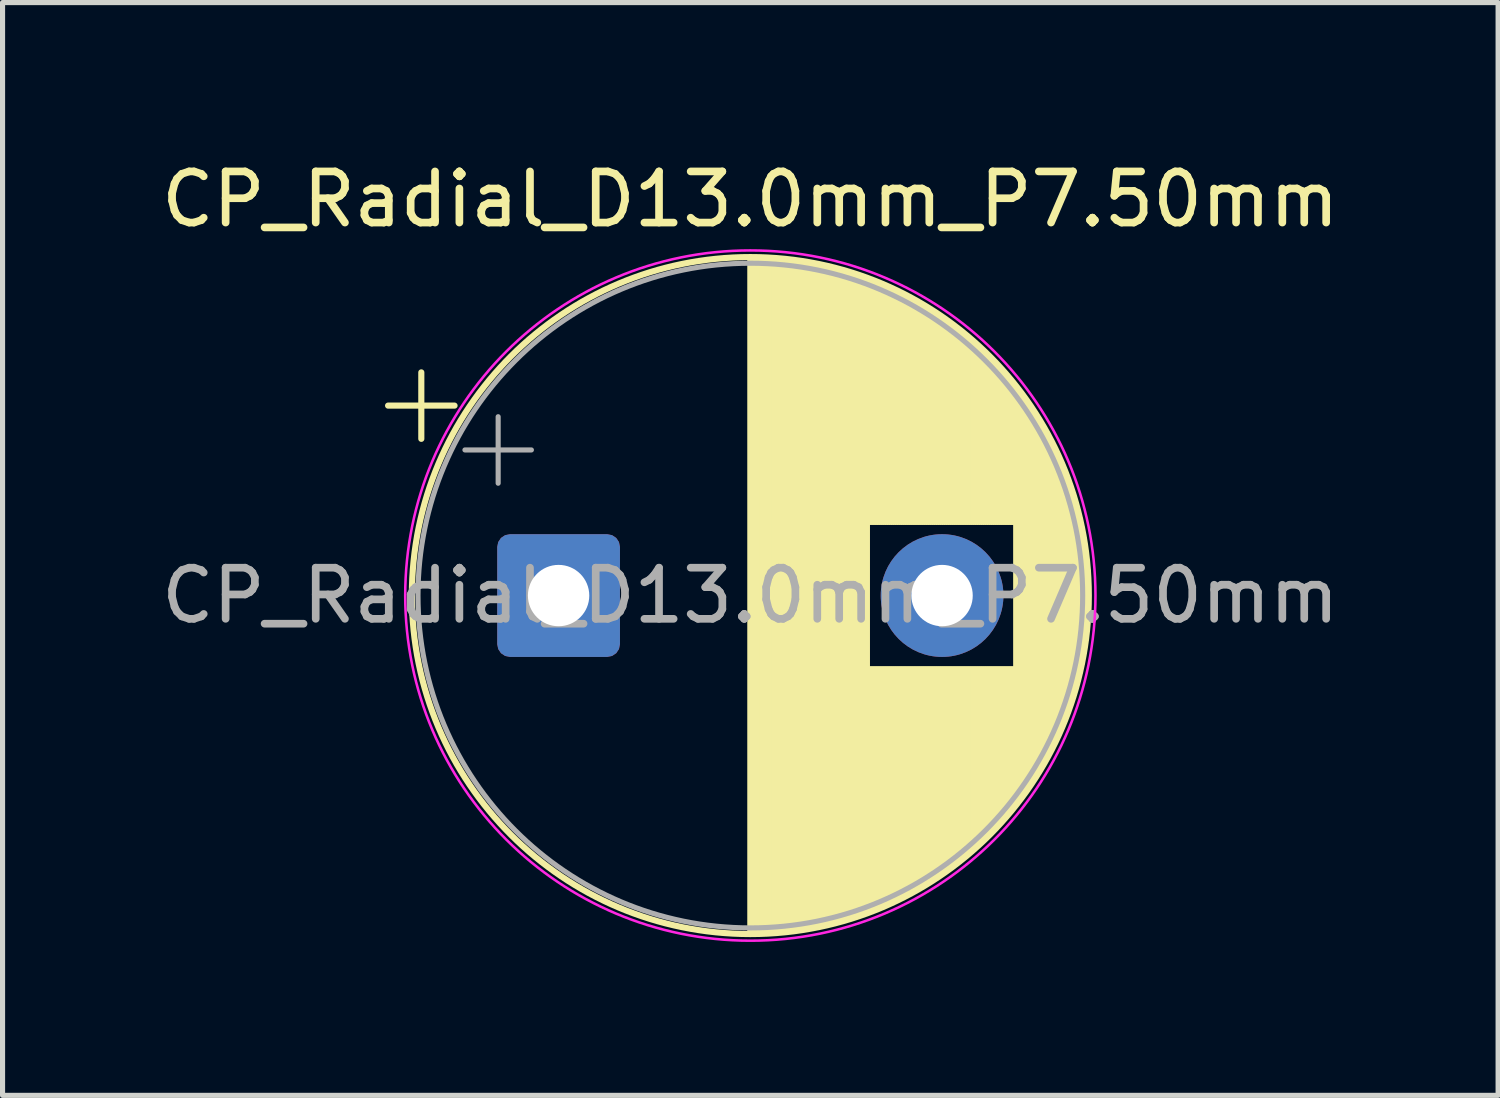
<source format=kicad_pcb>
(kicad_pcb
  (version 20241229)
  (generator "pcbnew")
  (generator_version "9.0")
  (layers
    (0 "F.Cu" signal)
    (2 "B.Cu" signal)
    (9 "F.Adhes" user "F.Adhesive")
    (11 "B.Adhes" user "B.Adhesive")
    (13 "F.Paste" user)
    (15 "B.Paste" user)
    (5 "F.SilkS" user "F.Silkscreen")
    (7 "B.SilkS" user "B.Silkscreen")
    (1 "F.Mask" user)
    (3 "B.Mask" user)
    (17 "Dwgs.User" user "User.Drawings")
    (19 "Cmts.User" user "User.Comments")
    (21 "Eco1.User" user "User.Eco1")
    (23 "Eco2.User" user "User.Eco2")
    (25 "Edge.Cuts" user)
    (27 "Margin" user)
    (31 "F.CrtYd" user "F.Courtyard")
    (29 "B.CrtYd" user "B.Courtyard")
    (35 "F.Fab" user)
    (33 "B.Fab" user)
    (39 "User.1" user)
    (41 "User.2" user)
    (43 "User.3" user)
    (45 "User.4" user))
  (footprint "CP_Radial_D13.0mm_P7.50mm"
    (layer "F.Cu")
    (at 7.875 8.598)
    (property "Reference" "CP_Radial_D13.0mm_P7.50mm" (at 3.75 -7.75 0) (layer "F.SilkS") (effects (font (size 1 1) (thickness 0.15))))
    (attr through_hole)
    (fp_line (start -3.335 -3.715) (end -2.035 -3.715) (stroke (width 0.12) (type solid)) (layer "F.SilkS"))
    (fp_line (start -2.685 -4.365) (end -2.685 -3.065) (stroke (width 0.12) (type solid)) (layer "F.SilkS"))
    (fp_line (start 3.75 -6.58) (end 3.75 6.58) (stroke (width 0.12) (type solid)) (layer "F.SilkS"))
    (fp_line (start 3.79 -6.58) (end 3.79 6.58) (stroke (width 0.12) (type solid)) (layer "F.SilkS"))
    (fp_line (start 3.83 -6.58) (end 3.83 6.58) (stroke (width 0.12) (type solid)) (layer "F.SilkS"))
    (fp_line (start 3.87 -6.579) (end 3.87 6.579) (stroke (width 0.12) (type solid)) (layer "F.SilkS"))
    (fp_line (start 3.91 -6.578) (end 3.91 6.578) (stroke (width 0.12) (type solid)) (layer "F.SilkS"))
    (fp_line (start 3.95 -6.577) (end 3.95 6.577) (stroke (width 0.12) (type solid)) (layer "F.SilkS"))
    (fp_line (start 3.99 -6.576) (end 3.99 6.576) (stroke (width 0.12) (type solid)) (layer "F.SilkS"))
    (fp_line (start 4.03 -6.574) (end 4.03 6.574) (stroke (width 0.12) (type solid)) (layer "F.SilkS"))
    (fp_line (start 4.07 -6.572) (end 4.07 6.572) (stroke (width 0.12) (type solid)) (layer "F.SilkS"))
    (fp_line (start 4.11 -6.57) (end 4.11 6.57) (stroke (width 0.12) (type solid)) (layer "F.SilkS"))
    (fp_line (start 4.15 -6.568) (end 4.15 6.568) (stroke (width 0.12) (type solid)) (layer "F.SilkS"))
    (fp_line (start 4.19 -6.565) (end 4.19 6.565) (stroke (width 0.12) (type solid)) (layer "F.SilkS"))
    (fp_line (start 4.23 -6.563) (end 4.23 6.563) (stroke (width 0.12) (type solid)) (layer "F.SilkS"))
    (fp_line (start 4.27 -6.56) (end 4.27 6.56) (stroke (width 0.12) (type solid)) (layer "F.SilkS"))
    (fp_line (start 4.31 -6.556) (end 4.31 6.556) (stroke (width 0.12) (type solid)) (layer "F.SilkS"))
    (fp_line (start 4.35 -6.553) (end 4.35 6.553) (stroke (width 0.12) (type solid)) (layer "F.SilkS"))
    (fp_line (start 4.39 -6.549) (end 4.39 6.549) (stroke (width 0.12) (type solid)) (layer "F.SilkS"))
    (fp_line (start 4.43 -6.545) (end 4.43 6.545) (stroke (width 0.12) (type solid)) (layer "F.SilkS"))
    (fp_line (start 4.47 -6.541) (end 4.47 6.541) (stroke (width 0.12) (type solid)) (layer "F.SilkS"))
    (fp_line (start 4.51 -6.536) (end 4.51 6.536) (stroke (width 0.12) (type solid)) (layer "F.SilkS"))
    (fp_line (start 4.55 -6.531) (end 4.55 6.531) (stroke (width 0.12) (type solid)) (layer "F.SilkS"))
    (fp_line (start 4.59 -6.526) (end 4.59 6.526) (stroke (width 0.12) (type solid)) (layer "F.SilkS"))
    (fp_line (start 4.63 -6.521) (end 4.63 6.521) (stroke (width 0.12) (type solid)) (layer "F.SilkS"))
    (fp_line (start 4.67 -6.516) (end 4.67 6.516) (stroke (width 0.12) (type solid)) (layer "F.SilkS"))
    (fp_line (start 4.71 -6.51) (end 4.71 6.51) (stroke (width 0.12) (type solid)) (layer "F.SilkS"))
    (fp_line (start 4.75 -6.504) (end 4.75 6.504) (stroke (width 0.12) (type solid)) (layer "F.SilkS"))
    (fp_line (start 4.79 -6.498) (end 4.79 6.498) (stroke (width 0.12) (type solid)) (layer "F.SilkS"))
    (fp_line (start 4.83 -6.491) (end 4.83 6.491) (stroke (width 0.12) (type solid)) (layer "F.SilkS"))
    (fp_line (start 4.87 -6.485) (end 4.87 6.485) (stroke (width 0.12) (type solid)) (layer "F.SilkS"))
    (fp_line (start 4.91 -6.478) (end 4.91 6.478) (stroke (width 0.12) (type solid)) (layer "F.SilkS"))
    (fp_line (start 4.95 -6.47) (end 4.95 6.47) (stroke (width 0.12) (type solid)) (layer "F.SilkS"))
    (fp_line (start 4.99 -6.463) (end 4.99 6.463) (stroke (width 0.12) (type solid)) (layer "F.SilkS"))
    (fp_line (start 5.03 -6.455) (end 5.03 6.455) (stroke (width 0.12) (type solid)) (layer "F.SilkS"))
    (fp_line (start 5.07 -6.447) (end 5.07 6.447) (stroke (width 0.12) (type solid)) (layer "F.SilkS"))
    (fp_line (start 5.11 -6.439) (end 5.11 6.439) (stroke (width 0.12) (type solid)) (layer "F.SilkS"))
    (fp_line (start 5.15 -6.43) (end 5.15 6.43) (stroke (width 0.12) (type solid)) (layer "F.SilkS"))
    (fp_line (start 5.19 -6.421) (end 5.19 6.421) (stroke (width 0.12) (type solid)) (layer "F.SilkS"))
    (fp_line (start 5.23 -6.412) (end 5.23 6.412) (stroke (width 0.12) (type solid)) (layer "F.SilkS"))
    (fp_line (start 5.27 -6.403) (end 5.27 6.403) (stroke (width 0.12) (type solid)) (layer "F.SilkS"))
    (fp_line (start 5.31 -6.394) (end 5.31 6.394) (stroke (width 0.12) (type solid)) (layer "F.SilkS"))
    (fp_line (start 5.35 -6.384) (end 5.35 6.384) (stroke (width 0.12) (type solid)) (layer "F.SilkS"))
    (fp_line (start 5.39 -6.374) (end 5.39 6.374) (stroke (width 0.12) (type solid)) (layer "F.SilkS"))
    (fp_line (start 5.43 -6.363) (end 5.43 6.363) (stroke (width 0.12) (type solid)) (layer "F.SilkS"))
    (fp_line (start 5.47 -6.353) (end 5.47 6.353) (stroke (width 0.12) (type solid)) (layer "F.SilkS"))
    (fp_line (start 5.51 -6.342) (end 5.51 6.342) (stroke (width 0.12) (type solid)) (layer "F.SilkS"))
    (fp_line (start 5.55 -6.331) (end 5.55 6.331) (stroke (width 0.12) (type solid)) (layer "F.SilkS"))
    (fp_line (start 5.59 -6.319) (end 5.59 6.319) (stroke (width 0.12) (type solid)) (layer "F.SilkS"))
    (fp_line (start 5.63 -6.307) (end 5.63 6.307) (stroke (width 0.12) (type solid)) (layer "F.SilkS"))
    (fp_line (start 5.67 -6.295) (end 5.67 6.295) (stroke (width 0.12) (type solid)) (layer "F.SilkS"))
    (fp_line (start 5.71 -6.283) (end 5.71 6.283) (stroke (width 0.12) (type solid)) (layer "F.SilkS"))
    (fp_line (start 5.75 -6.271) (end 5.75 6.271) (stroke (width 0.12) (type solid)) (layer "F.SilkS"))
    (fp_line (start 5.79 -6.258) (end 5.79 6.258) (stroke (width 0.12) (type solid)) (layer "F.SilkS"))
    (fp_line (start 5.83 -6.245) (end 5.83 6.245) (stroke (width 0.12) (type solid)) (layer "F.SilkS"))
    (fp_line (start 5.87 -6.231) (end 5.87 6.231) (stroke (width 0.12) (type solid)) (layer "F.SilkS"))
    (fp_line (start 5.91 -6.218) (end 5.91 6.218) (stroke (width 0.12) (type solid)) (layer "F.SilkS"))
    (fp_line (start 5.95 -6.204) (end 5.95 6.204) (stroke (width 0.12) (type solid)) (layer "F.SilkS"))
    (fp_line (start 5.99 -6.19) (end 5.99 6.19) (stroke (width 0.12) (type solid)) (layer "F.SilkS"))
    (fp_line (start 6.03 -6.175) (end 6.03 6.175) (stroke (width 0.12) (type solid)) (layer "F.SilkS"))
    (fp_line (start 6.07 -6.16) (end 6.07 -1.44) (stroke (width 0.12) (type solid)) (layer "F.SilkS"))
    (fp_line (start 6.07 1.44) (end 6.07 6.16) (stroke (width 0.12) (type solid)) (layer "F.SilkS"))
    (fp_line (start 6.11 -6.145) (end 6.11 -1.44) (stroke (width 0.12) (type solid)) (layer "F.SilkS"))
    (fp_line (start 6.11 1.44) (end 6.11 6.145) (stroke (width 0.12) (type solid)) (layer "F.SilkS"))
    (fp_line (start 6.15 -6.13) (end 6.15 -1.44) (stroke (width 0.12) (type solid)) (layer "F.SilkS"))
    (fp_line (start 6.15 1.44) (end 6.15 6.13) (stroke (width 0.12) (type solid)) (layer "F.SilkS"))
    (fp_line (start 6.19 -6.114) (end 6.19 -1.44) (stroke (width 0.12) (type solid)) (layer "F.SilkS"))
    (fp_line (start 6.19 1.44) (end 6.19 6.114) (stroke (width 0.12) (type solid)) (layer "F.SilkS"))
    (fp_line (start 6.23 -6.098) (end 6.23 -1.44) (stroke (width 0.12) (type solid)) (layer "F.SilkS"))
    (fp_line (start 6.23 1.44) (end 6.23 6.098) (stroke (width 0.12) (type solid)) (layer "F.SilkS"))
    (fp_line (start 6.27 -6.082) (end 6.27 -1.44) (stroke (width 0.12) (type solid)) (layer "F.SilkS"))
    (fp_line (start 6.27 1.44) (end 6.27 6.082) (stroke (width 0.12) (type solid)) (layer "F.SilkS"))
    (fp_line (start 6.31 -6.065) (end 6.31 -1.44) (stroke (width 0.12) (type solid)) (layer "F.SilkS"))
    (fp_line (start 6.31 1.44) (end 6.31 6.065) (stroke (width 0.12) (type solid)) (layer "F.SilkS"))
    (fp_line (start 6.35 -6.048) (end 6.35 -1.44) (stroke (width 0.12) (type solid)) (layer "F.SilkS"))
    (fp_line (start 6.35 1.44) (end 6.35 6.048) (stroke (width 0.12) (type solid)) (layer "F.SilkS"))
    (fp_line (start 6.39 -6.031) (end 6.39 -1.44) (stroke (width 0.12) (type solid)) (layer "F.SilkS"))
    (fp_line (start 6.39 1.44) (end 6.39 6.031) (stroke (width 0.12) (type solid)) (layer "F.SilkS"))
    (fp_line (start 6.43 -6.013) (end 6.43 -1.44) (stroke (width 0.12) (type solid)) (layer "F.SilkS"))
    (fp_line (start 6.43 1.44) (end 6.43 6.013) (stroke (width 0.12) (type solid)) (layer "F.SilkS"))
    (fp_line (start 6.47 -5.995) (end 6.47 -1.44) (stroke (width 0.12) (type solid)) (layer "F.SilkS"))
    (fp_line (start 6.47 1.44) (end 6.47 5.995) (stroke (width 0.12) (type solid)) (layer "F.SilkS"))
    (fp_line (start 6.51 -5.977) (end 6.51 -1.44) (stroke (width 0.12) (type solid)) (layer "F.SilkS"))
    (fp_line (start 6.51 1.44) (end 6.51 5.977) (stroke (width 0.12) (type solid)) (layer "F.SilkS"))
    (fp_line (start 6.55 -5.959) (end 6.55 -1.44) (stroke (width 0.12) (type solid)) (layer "F.SilkS"))
    (fp_line (start 6.55 1.44) (end 6.55 5.959) (stroke (width 0.12) (type solid)) (layer "F.SilkS"))
    (fp_line (start 6.59 -5.94) (end 6.59 -1.44) (stroke (width 0.12) (type solid)) (layer "F.SilkS"))
    (fp_line (start 6.59 1.44) (end 6.59 5.94) (stroke (width 0.12) (type solid)) (layer "F.SilkS"))
    (fp_line (start 6.63 -5.921) (end 6.63 -1.44) (stroke (width 0.12) (type solid)) (layer "F.SilkS"))
    (fp_line (start 6.63 1.44) (end 6.63 5.921) (stroke (width 0.12) (type solid)) (layer "F.SilkS"))
    (fp_line (start 6.67 -5.901) (end 6.67 -1.44) (stroke (width 0.12) (type solid)) (layer "F.SilkS"))
    (fp_line (start 6.67 1.44) (end 6.67 5.901) (stroke (width 0.12) (type solid)) (layer "F.SilkS"))
    (fp_line (start 6.71 -5.881) (end 6.71 -1.44) (stroke (width 0.12) (type solid)) (layer "F.SilkS"))
    (fp_line (start 6.71 1.44) (end 6.71 5.881) (stroke (width 0.12) (type solid)) (layer "F.SilkS"))
    (fp_line (start 6.75 -5.861) (end 6.75 -1.44) (stroke (width 0.12) (type solid)) (layer "F.SilkS"))
    (fp_line (start 6.75 1.44) (end 6.75 5.861) (stroke (width 0.12) (type solid)) (layer "F.SilkS"))
    (fp_line (start 6.79 -5.841) (end 6.79 -1.44) (stroke (width 0.12) (type solid)) (layer "F.SilkS"))
    (fp_line (start 6.79 1.44) (end 6.79 5.841) (stroke (width 0.12) (type solid)) (layer "F.SilkS"))
    (fp_line (start 6.83 -5.82) (end 6.83 -1.44) (stroke (width 0.12) (type solid)) (layer "F.SilkS"))
    (fp_line (start 6.83 1.44) (end 6.83 5.82) (stroke (width 0.12) (type solid)) (layer "F.SilkS"))
    (fp_line (start 6.87 -5.799) (end 6.87 -1.44) (stroke (width 0.12) (type solid)) (layer "F.SilkS"))
    (fp_line (start 6.87 1.44) (end 6.87 5.799) (stroke (width 0.12) (type solid)) (layer "F.SilkS"))
    (fp_line (start 6.91 -5.777) (end 6.91 -1.44) (stroke (width 0.12) (type solid)) (layer "F.SilkS"))
    (fp_line (start 6.91 1.44) (end 6.91 5.777) (stroke (width 0.12) (type solid)) (layer "F.SilkS"))
    (fp_line (start 6.95 -5.755) (end 6.95 -1.44) (stroke (width 0.12) (type solid)) (layer "F.SilkS"))
    (fp_line (start 6.95 1.44) (end 6.95 5.755) (stroke (width 0.12) (type solid)) (layer "F.SilkS"))
    (fp_line (start 6.99 -5.733) (end 6.99 -1.44) (stroke (width 0.12) (type solid)) (layer "F.SilkS"))
    (fp_line (start 6.99 1.44) (end 6.99 5.733) (stroke (width 0.12) (type solid)) (layer "F.SilkS"))
    (fp_line (start 7.03 -5.71) (end 7.03 -1.44) (stroke (width 0.12) (type solid)) (layer "F.SilkS"))
    (fp_line (start 7.03 1.44) (end 7.03 5.71) (stroke (width 0.12) (type solid)) (layer "F.SilkS"))
    (fp_line (start 7.07 -5.687) (end 7.07 -1.44) (stroke (width 0.12) (type solid)) (layer "F.SilkS"))
    (fp_line (start 7.07 1.44) (end 7.07 5.687) (stroke (width 0.12) (type solid)) (layer "F.SilkS"))
    (fp_line (start 7.11 -5.664) (end 7.11 -1.44) (stroke (width 0.12) (type solid)) (layer "F.SilkS"))
    (fp_line (start 7.11 1.44) (end 7.11 5.664) (stroke (width 0.12) (type solid)) (layer "F.SilkS"))
    (fp_line (start 7.15 -5.64) (end 7.15 -1.44) (stroke (width 0.12) (type solid)) (layer "F.SilkS"))
    (fp_line (start 7.15 1.44) (end 7.15 5.64) (stroke (width 0.12) (type solid)) (layer "F.SilkS"))
    (fp_line (start 7.19 -5.616) (end 7.19 -1.44) (stroke (width 0.12) (type solid)) (layer "F.SilkS"))
    (fp_line (start 7.19 1.44) (end 7.19 5.616) (stroke (width 0.12) (type solid)) (layer "F.SilkS"))
    (fp_line (start 7.23 -5.592) (end 7.23 -1.44) (stroke (width 0.12) (type solid)) (layer "F.SilkS"))
    (fp_line (start 7.23 1.44) (end 7.23 5.592) (stroke (width 0.12) (type solid)) (layer "F.SilkS"))
    (fp_line (start 7.27 -5.567) (end 7.27 -1.44) (stroke (width 0.12) (type solid)) (layer "F.SilkS"))
    (fp_line (start 7.27 1.44) (end 7.27 5.567) (stroke (width 0.12) (type solid)) (layer "F.SilkS"))
    (fp_line (start 7.31 -5.541) (end 7.31 -1.44) (stroke (width 0.12) (type solid)) (layer "F.SilkS"))
    (fp_line (start 7.31 1.44) (end 7.31 5.541) (stroke (width 0.12) (type solid)) (layer "F.SilkS"))
    (fp_line (start 7.35 -5.516) (end 7.35 -1.44) (stroke (width 0.12) (type solid)) (layer "F.SilkS"))
    (fp_line (start 7.35 1.44) (end 7.35 5.516) (stroke (width 0.12) (type solid)) (layer "F.SilkS"))
    (fp_line (start 7.39 -5.489) (end 7.39 -1.44) (stroke (width 0.12) (type solid)) (layer "F.SilkS"))
    (fp_line (start 7.39 1.44) (end 7.39 5.489) (stroke (width 0.12) (type solid)) (layer "F.SilkS"))
    (fp_line (start 7.43 -5.463) (end 7.43 -1.44) (stroke (width 0.12) (type solid)) (layer "F.SilkS"))
    (fp_line (start 7.43 1.44) (end 7.43 5.463) (stroke (width 0.12) (type solid)) (layer "F.SilkS"))
    (fp_line (start 7.47 -5.436) (end 7.47 -1.44) (stroke (width 0.12) (type solid)) (layer "F.SilkS"))
    (fp_line (start 7.47 1.44) (end 7.47 5.436) (stroke (width 0.12) (type solid)) (layer "F.SilkS"))
    (fp_line (start 7.51 -5.409) (end 7.51 -1.44) (stroke (width 0.12) (type solid)) (layer "F.SilkS"))
    (fp_line (start 7.51 1.44) (end 7.51 5.409) (stroke (width 0.12) (type solid)) (layer "F.SilkS"))
    (fp_line (start 7.55 -5.381) (end 7.55 -1.44) (stroke (width 0.12) (type solid)) (layer "F.SilkS"))
    (fp_line (start 7.55 1.44) (end 7.55 5.381) (stroke (width 0.12) (type solid)) (layer "F.SilkS"))
    (fp_line (start 7.59 -5.352) (end 7.59 -1.44) (stroke (width 0.12) (type solid)) (layer "F.SilkS"))
    (fp_line (start 7.59 1.44) (end 7.59 5.352) (stroke (width 0.12) (type solid)) (layer "F.SilkS"))
    (fp_line (start 7.63 -5.324) (end 7.63 -1.44) (stroke (width 0.12) (type solid)) (layer "F.SilkS"))
    (fp_line (start 7.63 1.44) (end 7.63 5.324) (stroke (width 0.12) (type solid)) (layer "F.SilkS"))
    (fp_line (start 7.67 -5.295) (end 7.67 -1.44) (stroke (width 0.12) (type solid)) (layer "F.SilkS"))
    (fp_line (start 7.67 1.44) (end 7.67 5.295) (stroke (width 0.12) (type solid)) (layer "F.SilkS"))
    (fp_line (start 7.71 -5.265) (end 7.71 -1.44) (stroke (width 0.12) (type solid)) (layer "F.SilkS"))
    (fp_line (start 7.71 1.44) (end 7.71 5.265) (stroke (width 0.12) (type solid)) (layer "F.SilkS"))
    (fp_line (start 7.75 -5.235) (end 7.75 -1.44) (stroke (width 0.12) (type solid)) (layer "F.SilkS"))
    (fp_line (start 7.75 1.44) (end 7.75 5.235) (stroke (width 0.12) (type solid)) (layer "F.SilkS"))
    (fp_line (start 7.79 -5.204) (end 7.79 -1.44) (stroke (width 0.12) (type solid)) (layer "F.SilkS"))
    (fp_line (start 7.79 1.44) (end 7.79 5.204) (stroke (width 0.12) (type solid)) (layer "F.SilkS"))
    (fp_line (start 7.83 -5.173) (end 7.83 -1.44) (stroke (width 0.12) (type solid)) (layer "F.SilkS"))
    (fp_line (start 7.83 1.44) (end 7.83 5.173) (stroke (width 0.12) (type solid)) (layer "F.SilkS"))
    (fp_line (start 7.87 -5.142) (end 7.87 -1.44) (stroke (width 0.12) (type solid)) (layer "F.SilkS"))
    (fp_line (start 7.87 1.44) (end 7.87 5.142) (stroke (width 0.12) (type solid)) (layer "F.SilkS"))
    (fp_line (start 7.91 -5.11) (end 7.91 -1.44) (stroke (width 0.12) (type solid)) (layer "F.SilkS"))
    (fp_line (start 7.91 1.44) (end 7.91 5.11) (stroke (width 0.12) (type solid)) (layer "F.SilkS"))
    (fp_line (start 7.95 -5.077) (end 7.95 -1.44) (stroke (width 0.12) (type solid)) (layer "F.SilkS"))
    (fp_line (start 7.95 1.44) (end 7.95 5.077) (stroke (width 0.12) (type solid)) (layer "F.SilkS"))
    (fp_line (start 7.99 -5.044) (end 7.99 -1.44) (stroke (width 0.12) (type solid)) (layer "F.SilkS"))
    (fp_line (start 7.99 1.44) (end 7.99 5.044) (stroke (width 0.12) (type solid)) (layer "F.SilkS"))
    (fp_line (start 8.03 -5.01) (end 8.03 -1.44) (stroke (width 0.12) (type solid)) (layer "F.SilkS"))
    (fp_line (start 8.03 1.44) (end 8.03 5.01) (stroke (width 0.12) (type solid)) (layer "F.SilkS"))
    (fp_line (start 8.07 -4.976) (end 8.07 -1.44) (stroke (width 0.12) (type solid)) (layer "F.SilkS"))
    (fp_line (start 8.07 1.44) (end 8.07 4.976) (stroke (width 0.12) (type solid)) (layer "F.SilkS"))
    (fp_line (start 8.11 -4.941) (end 8.11 -1.44) (stroke (width 0.12) (type solid)) (layer "F.SilkS"))
    (fp_line (start 8.11 1.44) (end 8.11 4.941) (stroke (width 0.12) (type solid)) (layer "F.SilkS"))
    (fp_line (start 8.15 -4.906) (end 8.15 -1.44) (stroke (width 0.12) (type solid)) (layer "F.SilkS"))
    (fp_line (start 8.15 1.44) (end 8.15 4.906) (stroke (width 0.12) (type solid)) (layer "F.SilkS"))
    (fp_line (start 8.19 -4.87) (end 8.19 -1.44) (stroke (width 0.12) (type solid)) (layer "F.SilkS"))
    (fp_line (start 8.19 1.44) (end 8.19 4.87) (stroke (width 0.12) (type solid)) (layer "F.SilkS"))
    (fp_line (start 8.23 -4.834) (end 8.23 -1.44) (stroke (width 0.12) (type solid)) (layer "F.SilkS"))
    (fp_line (start 8.23 1.44) (end 8.23 4.834) (stroke (width 0.12) (type solid)) (layer "F.SilkS"))
    (fp_line (start 8.27 -4.797) (end 8.27 -1.44) (stroke (width 0.12) (type solid)) (layer "F.SilkS"))
    (fp_line (start 8.27 1.44) (end 8.27 4.797) (stroke (width 0.12) (type solid)) (layer "F.SilkS"))
    (fp_line (start 8.31 -4.759) (end 8.31 -1.44) (stroke (width 0.12) (type solid)) (layer "F.SilkS"))
    (fp_line (start 8.31 1.44) (end 8.31 4.759) (stroke (width 0.12) (type solid)) (layer "F.SilkS"))
    (fp_line (start 8.35 -4.721) (end 8.35 -1.44) (stroke (width 0.12) (type solid)) (layer "F.SilkS"))
    (fp_line (start 8.35 1.44) (end 8.35 4.721) (stroke (width 0.12) (type solid)) (layer "F.SilkS"))
    (fp_line (start 8.39 -4.682) (end 8.39 -1.44) (stroke (width 0.12) (type solid)) (layer "F.SilkS"))
    (fp_line (start 8.39 1.44) (end 8.39 4.682) (stroke (width 0.12) (type solid)) (layer "F.SilkS"))
    (fp_line (start 8.43 -4.642) (end 8.43 -1.44) (stroke (width 0.12) (type solid)) (layer "F.SilkS"))
    (fp_line (start 8.43 1.44) (end 8.43 4.642) (stroke (width 0.12) (type solid)) (layer "F.SilkS"))
    (fp_line (start 8.47 -4.602) (end 8.47 -1.44) (stroke (width 0.12) (type solid)) (layer "F.SilkS"))
    (fp_line (start 8.47 1.44) (end 8.47 4.602) (stroke (width 0.12) (type solid)) (layer "F.SilkS"))
    (fp_line (start 8.51 -4.561) (end 8.51 -1.44) (stroke (width 0.12) (type solid)) (layer "F.SilkS"))
    (fp_line (start 8.51 1.44) (end 8.51 4.561) (stroke (width 0.12) (type solid)) (layer "F.SilkS"))
    (fp_line (start 8.55 -4.519) (end 8.55 -1.44) (stroke (width 0.12) (type solid)) (layer "F.SilkS"))
    (fp_line (start 8.55 1.44) (end 8.55 4.519) (stroke (width 0.12) (type solid)) (layer "F.SilkS"))
    (fp_line (start 8.59 -4.477) (end 8.59 -1.44) (stroke (width 0.12) (type solid)) (layer "F.SilkS"))
    (fp_line (start 8.59 1.44) (end 8.59 4.477) (stroke (width 0.12) (type solid)) (layer "F.SilkS"))
    (fp_line (start 8.63 -4.433) (end 8.63 -1.44) (stroke (width 0.12) (type solid)) (layer "F.SilkS"))
    (fp_line (start 8.63 1.44) (end 8.63 4.433) (stroke (width 0.12) (type solid)) (layer "F.SilkS"))
    (fp_line (start 8.67 -4.389) (end 8.67 -1.44) (stroke (width 0.12) (type solid)) (layer "F.SilkS"))
    (fp_line (start 8.67 1.44) (end 8.67 4.389) (stroke (width 0.12) (type solid)) (layer "F.SilkS"))
    (fp_line (start 8.71 -4.344) (end 8.71 -1.44) (stroke (width 0.12) (type solid)) (layer "F.SilkS"))
    (fp_line (start 8.71 1.44) (end 8.71 4.344) (stroke (width 0.12) (type solid)) (layer "F.SilkS"))
    (fp_line (start 8.75 -4.299) (end 8.75 -1.44) (stroke (width 0.12) (type solid)) (layer "F.SilkS"))
    (fp_line (start 8.75 1.44) (end 8.75 4.299) (stroke (width 0.12) (type solid)) (layer "F.SilkS"))
    (fp_line (start 8.79 -4.252) (end 8.79 -1.44) (stroke (width 0.12) (type solid)) (layer "F.SilkS"))
    (fp_line (start 8.79 1.44) (end 8.79 4.252) (stroke (width 0.12) (type solid)) (layer "F.SilkS"))
    (fp_line (start 8.83 -4.205) (end 8.83 -1.44) (stroke (width 0.12) (type solid)) (layer "F.SilkS"))
    (fp_line (start 8.83 1.44) (end 8.83 4.205) (stroke (width 0.12) (type solid)) (layer "F.SilkS"))
    (fp_line (start 8.87 -4.156) (end 8.87 -1.44) (stroke (width 0.12) (type solid)) (layer "F.SilkS"))
    (fp_line (start 8.87 1.44) (end 8.87 4.156) (stroke (width 0.12) (type solid)) (layer "F.SilkS"))
    (fp_line (start 8.91 -4.107) (end 8.91 -1.44) (stroke (width 0.12) (type solid)) (layer "F.SilkS"))
    (fp_line (start 8.91 1.44) (end 8.91 4.107) (stroke (width 0.12) (type solid)) (layer "F.SilkS"))
    (fp_line (start 8.95 -4.057) (end 8.95 4.057) (stroke (width 0.12) (type solid)) (layer "F.SilkS"))
    (fp_line (start 8.99 -4.006) (end 8.99 4.006) (stroke (width 0.12) (type solid)) (layer "F.SilkS"))
    (fp_line (start 9.03 -3.953) (end 9.03 3.953) (stroke (width 0.12) (type solid)) (layer "F.SilkS"))
    (fp_line (start 9.07 -3.9) (end 9.07 3.9) (stroke (width 0.12) (type solid)) (layer "F.SilkS"))
    (fp_line (start 9.11 -3.845) (end 9.11 3.845) (stroke (width 0.12) (type solid)) (layer "F.SilkS"))
    (fp_line (start 9.15 -3.789) (end 9.15 3.789) (stroke (width 0.12) (type solid)) (layer "F.SilkS"))
    (fp_line (start 9.19 -3.732) (end 9.19 3.732) (stroke (width 0.12) (type solid)) (layer "F.SilkS"))
    (fp_line (start 9.23 -3.674) (end 9.23 3.674) (stroke (width 0.12) (type solid)) (layer "F.SilkS"))
    (fp_line (start 9.27 -3.614) (end 9.27 3.614) (stroke (width 0.12) (type solid)) (layer "F.SilkS"))
    (fp_line (start 9.31 -3.553) (end 9.31 3.553) (stroke (width 0.12) (type solid)) (layer "F.SilkS"))
    (fp_line (start 9.35 -3.49) (end 9.35 3.49) (stroke (width 0.12) (type solid)) (layer "F.SilkS"))
    (fp_line (start 9.39 -3.426) (end 9.39 3.426) (stroke (width 0.12) (type solid)) (layer "F.SilkS"))
    (fp_line (start 9.43 -3.36) (end 9.43 3.36) (stroke (width 0.12) (type solid)) (layer "F.SilkS"))
    (fp_line (start 9.47 -3.293) (end 9.47 3.293) (stroke (width 0.12) (type solid)) (layer "F.SilkS"))
    (fp_line (start 9.51 -3.223) (end 9.51 3.223) (stroke (width 0.12) (type solid)) (layer "F.SilkS"))
    (fp_line (start 9.55 -3.151) (end 9.55 3.151) (stroke (width 0.12) (type solid)) (layer "F.SilkS"))
    (fp_line (start 9.59 -3.077) (end 9.59 3.077) (stroke (width 0.12) (type solid)) (layer "F.SilkS"))
    (fp_line (start 9.63 -3.001) (end 9.63 3.001) (stroke (width 0.12) (type solid)) (layer "F.SilkS"))
    (fp_line (start 9.67 -2.923) (end 9.67 2.923) (stroke (width 0.12) (type solid)) (layer "F.SilkS"))
    (fp_line (start 9.71 -2.841) (end 9.71 2.841) (stroke (width 0.12) (type solid)) (layer "F.SilkS"))
    (fp_line (start 9.75 -2.757) (end 9.75 2.757) (stroke (width 0.12) (type solid)) (layer "F.SilkS"))
    (fp_line (start 9.79 -2.67) (end 9.79 2.67) (stroke (width 0.12) (type solid)) (layer "F.SilkS"))
    (fp_line (start 9.83 -2.579) (end 9.83 2.579) (stroke (width 0.12) (type solid)) (layer "F.SilkS"))
    (fp_line (start 9.87 -2.484) (end 9.87 2.484) (stroke (width 0.12) (type solid)) (layer "F.SilkS"))
    (fp_line (start 9.91 -2.385) (end 9.91 2.385) (stroke (width 0.12) (type solid)) (layer "F.SilkS"))
    (fp_line (start 9.95 -2.28) (end 9.95 2.28) (stroke (width 0.12) (type solid)) (layer "F.SilkS"))
    (fp_line (start 9.99 -2.171) (end 9.99 2.171) (stroke (width 0.12) (type solid)) (layer "F.SilkS"))
    (fp_line (start 10.03 -2.054) (end 10.03 2.054) (stroke (width 0.12) (type solid)) (layer "F.SilkS"))
    (fp_line (start 10.07 -1.93) (end 10.07 1.93) (stroke (width 0.12) (type solid)) (layer "F.SilkS"))
    (fp_line (start 10.11 -1.797) (end 10.11 1.797) (stroke (width 0.12) (type solid)) (layer "F.SilkS"))
    (fp_line (start 10.15 -1.652) (end 10.15 1.652) (stroke (width 0.12) (type solid)) (layer "F.SilkS"))
    (fp_line (start 10.19 -1.493) (end 10.19 1.493) (stroke (width 0.12) (type solid)) (layer "F.SilkS"))
    (fp_line (start 10.23 -1.314) (end 10.23 1.314) (stroke (width 0.12) (type solid)) (layer "F.SilkS"))
    (fp_line (start 10.27 -1.106) (end 10.27 1.106) (stroke (width 0.12) (type solid)) (layer "F.SilkS"))
    (fp_line (start 10.31 -0.849) (end 10.31 0.849) (stroke (width 0.12) (type solid)) (layer "F.SilkS"))
    (fp_line (start 10.35 -0.474) (end 10.35 0.474) (stroke (width 0.12) (type solid)) (layer "F.SilkS"))
    (fp_circle (center 3.75 0) (end 10.37 0) (stroke (width 0.12) (type solid)) (fill no) (layer "F.SilkS"))
    (fp_circle (center 3.75 0) (end 10.5 0) (stroke (width 0.05) (type solid)) (fill no) (layer "F.CrtYd"))
    (fp_line (start -1.832 -2.848) (end -0.532 -2.848) (stroke (width 0.1) (type solid)) (layer "F.Fab"))
    (fp_line (start -1.182 -3.498) (end -1.182 -2.197) (stroke (width 0.1) (type solid)) (layer "F.Fab"))
    (fp_circle (center 3.75 0) (end 10.25 0) (stroke (width 0.1) (type solid)) (fill no) (layer "F.Fab"))
    (fp_text user "${REFERENCE}" (at 3.75 0 0) (layer "F.Fab") (effects (font (size 1 1) (thickness 0.15))))
    (pad "1" thru_hole roundrect (at 0 0) (size 2.4 2.4) (drill 1.2) (layers "*.Cu" "*.Mask") (roundrect_rratio 0.104))
    (pad "2" thru_hole circle (at 7.5 0) (size 2.4 2.4) (drill 1.2) (layers "*.Cu" "*.Mask")))
  (gr_rect
    (start -3 -3)
    (end 26.25 18.373)
    (stroke (width 0.1) (type default))
    (fill no)
    (layer "Edge.Cuts")))
</source>
